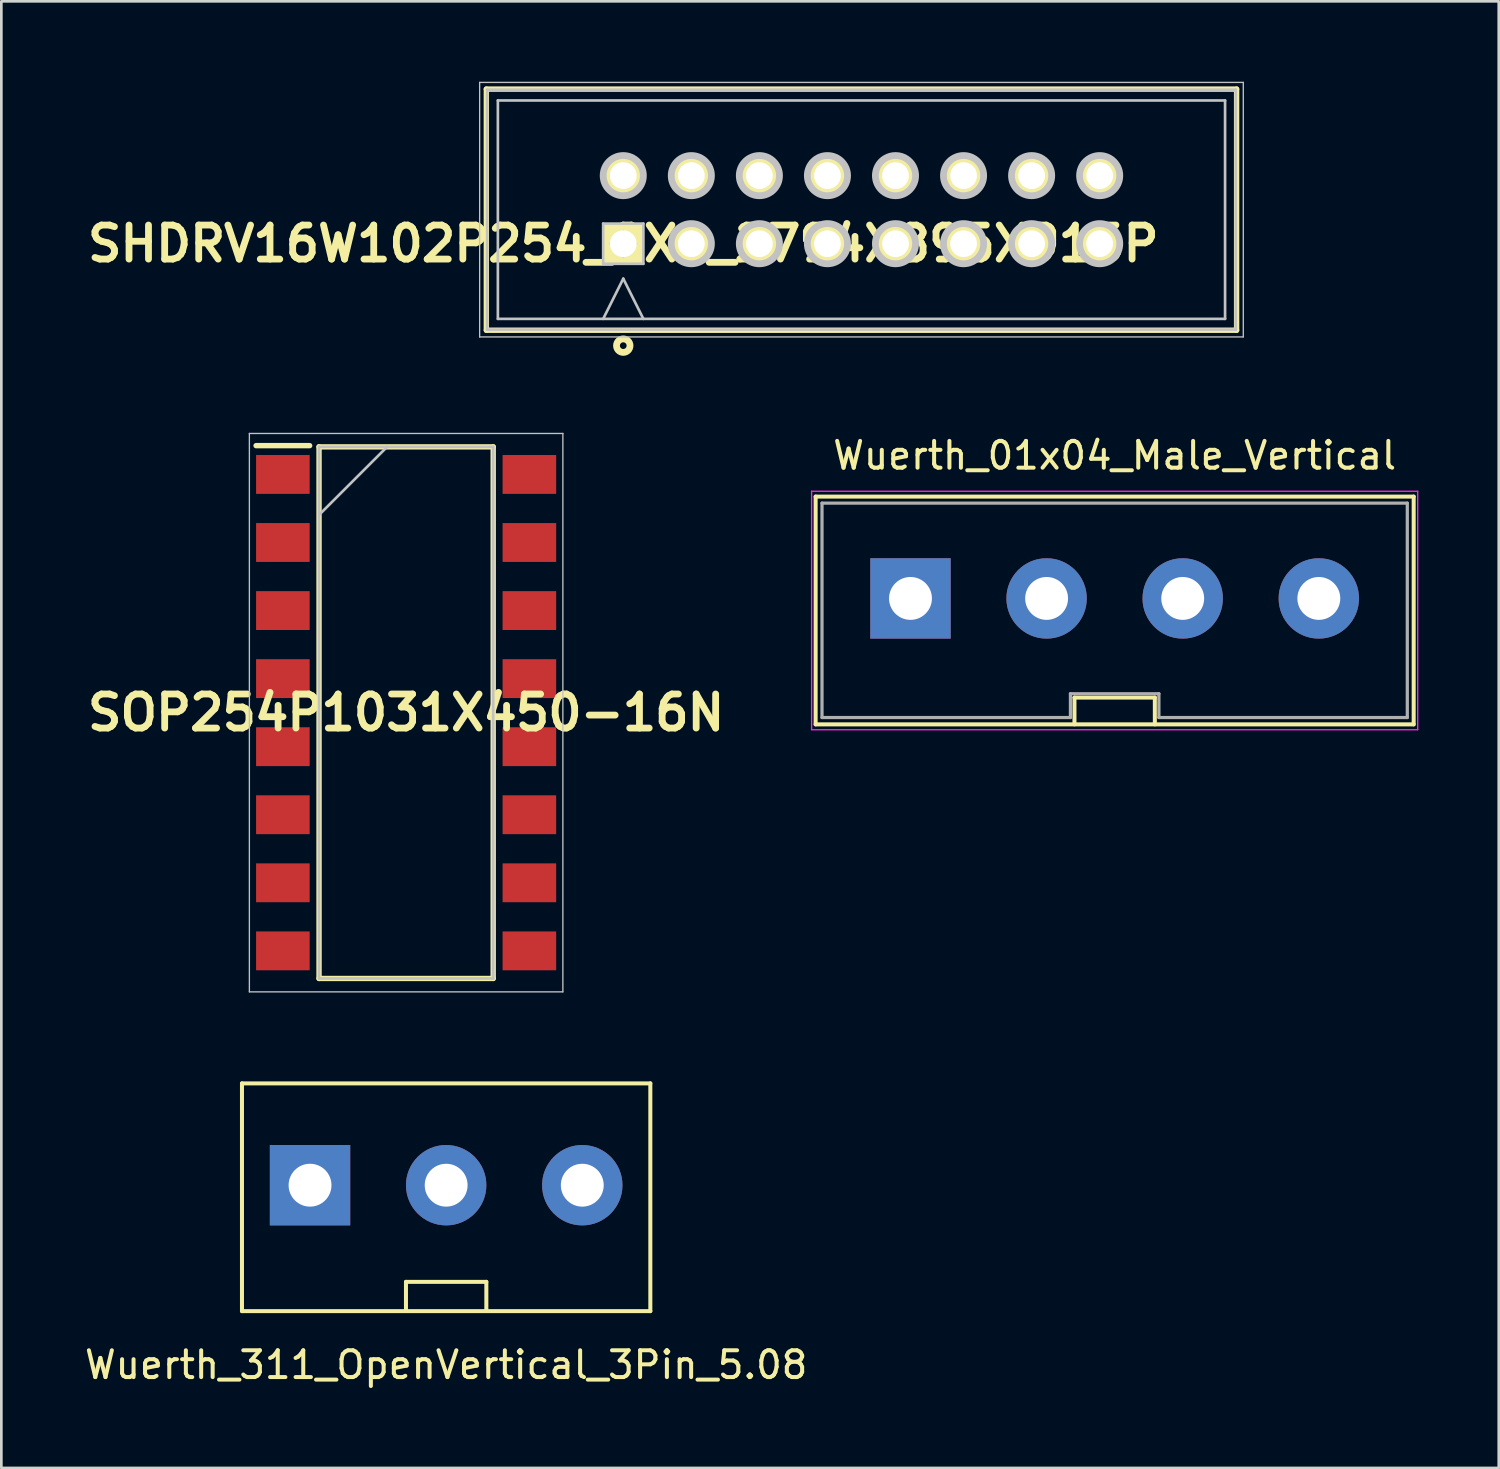
<source format=kicad_pcb>
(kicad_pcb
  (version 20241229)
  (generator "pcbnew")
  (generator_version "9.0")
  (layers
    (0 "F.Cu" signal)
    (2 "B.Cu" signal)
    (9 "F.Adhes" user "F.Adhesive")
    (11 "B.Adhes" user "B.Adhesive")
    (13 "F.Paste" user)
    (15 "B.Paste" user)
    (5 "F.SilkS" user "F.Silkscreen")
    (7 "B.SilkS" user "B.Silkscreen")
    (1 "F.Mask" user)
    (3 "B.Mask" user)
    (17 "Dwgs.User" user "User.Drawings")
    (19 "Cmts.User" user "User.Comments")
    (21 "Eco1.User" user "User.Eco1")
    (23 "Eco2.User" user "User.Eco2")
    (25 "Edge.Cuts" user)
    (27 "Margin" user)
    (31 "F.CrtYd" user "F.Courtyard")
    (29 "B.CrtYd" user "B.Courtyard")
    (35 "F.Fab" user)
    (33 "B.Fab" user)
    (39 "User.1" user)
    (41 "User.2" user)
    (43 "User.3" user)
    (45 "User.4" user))
  (footprint "SHDRV16W102P254_2X8_2794X895X915P"
    (layer "F.Cu")
    (at 20.211 6.045)
    (property "Reference" "SHDRV16W102P254_2X8_2794X895X915P" (at 0 0 0) (layer "F.SilkS") (effects (font (size 1.27 1.27) (thickness 0.254))))
    (attr through_hole)
    (fp_line (start -5.11 -5.77) (end 22.89 -5.77) (stroke (width 0.2) (type solid)) (layer "F.SilkS"))
    (fp_line (start -5.11 3.23) (end -5.11 -5.77) (stroke (width 0.2) (type solid)) (layer "F.SilkS"))
    (fp_line (start -5.11 3.23) (end 22.89 3.23) (stroke (width 0.2) (type solid)) (layer "F.SilkS"))
    (fp_line (start 22.89 3.23) (end 22.89 -5.77) (stroke (width 0.2) (type solid)) (layer "F.SilkS"))
    (fp_circle (center 0 3.805) (end -0.125 3.805) (stroke (width 0.254) (type solid)) (fill no) (layer "F.SilkS"))
    (fp_line (start -5.36 -6.02) (end -5.36 3.48) (stroke (width 0.05) (type solid)) (layer "Dwgs.User"))
    (fp_line (start -5.36 3.48) (end 23.14 3.48) (stroke (width 0.05) (type solid)) (layer "Dwgs.User"))
    (fp_line (start -5.08 -5.745) (end -5.08 3.205) (stroke (width 0.001) (type solid)) (layer "Dwgs.User"))
    (fp_line (start -5.08 -5.745) (end -5.08 3.205) (stroke (width 0.1) (type solid)) (layer "Dwgs.User"))
    (fp_line (start -5.08 3.205) (end 22.86 3.205) (stroke (width 0.001) (type solid)) (layer "Dwgs.User"))
    (fp_line (start -5.08 3.205) (end 22.86 3.205) (stroke (width 0.1) (type solid)) (layer "Dwgs.User"))
    (fp_line (start -4.68 -5.345) (end -4.68 2.805) (stroke (width 0.1) (type solid)) (layer "Dwgs.User"))
    (fp_line (start -4.68 2.805) (end 22.46 2.805) (stroke (width 0.1) (type solid)) (layer "Dwgs.User"))
    (fp_line (start -0.75 -0.75) (end 0.75 -0.75) (stroke (width 0.1) (type solid)) (layer "Dwgs.User"))
    (fp_line (start -0.75 0.75) (end -0.75 -0.75) (stroke (width 0.1) (type solid)) (layer "Dwgs.User"))
    (fp_line (start -0.75 2.805) (end 0 1.305) (stroke (width 0.1) (type solid)) (layer "Dwgs.User"))
    (fp_line (start -0.5 0) (end 0.5 0) (stroke (width 0.05) (type solid)) (layer "Dwgs.User"))
    (fp_line (start 0 0.5) (end 0 -0.5) (stroke (width 0.05) (type solid)) (layer "Dwgs.User"))
    (fp_line (start 0.75 -0.75) (end 0.75 0.75) (stroke (width 0.1) (type solid)) (layer "Dwgs.User"))
    (fp_line (start 0.75 0.75) (end -0.75 0.75) (stroke (width 0.1) (type solid)) (layer "Dwgs.User"))
    (fp_line (start 0.75 2.805) (end 0 1.305) (stroke (width 0.1) (type solid)) (layer "Dwgs.User"))
    (fp_line (start 22.46 -5.345) (end -4.68 -5.345) (stroke (width 0.1) (type solid)) (layer "Dwgs.User"))
    (fp_line (start 22.46 2.805) (end 22.46 -5.345) (stroke (width 0.1) (type solid)) (layer "Dwgs.User"))
    (fp_line (start 22.86 -5.745) (end -5.08 -5.745) (stroke (width 0.001) (type solid)) (layer "Dwgs.User"))
    (fp_line (start 22.86 -5.745) (end -5.08 -5.745) (stroke (width 0.1) (type solid)) (layer "Dwgs.User"))
    (fp_line (start 22.86 3.205) (end 22.86 -5.745) (stroke (width 0.001) (type solid)) (layer "Dwgs.User"))
    (fp_line (start 22.86 3.205) (end 22.86 -5.745) (stroke (width 0.1) (type solid)) (layer "Dwgs.User"))
    (fp_line (start 23.14 -6.02) (end -5.36 -6.02) (stroke (width 0.05) (type solid)) (layer "Dwgs.User"))
    (fp_line (start 23.14 3.48) (end 23.14 -6.02) (stroke (width 0.05) (type solid)) (layer "Dwgs.User"))
    (fp_circle (center 0 -2.54) (end -0.75 -2.54) (stroke (width 0.254) (type solid)) (fill no) (layer "Dwgs.User"))
    (fp_circle (center 2.54 -2.54) (end 1.79 -2.54) (stroke (width 0.254) (type solid)) (fill no) (layer "Dwgs.User"))
    (fp_circle (center 2.54 0) (end 1.79 0) (stroke (width 0.254) (type solid)) (fill no) (layer "Dwgs.User"))
    (fp_circle (center 5.08 -2.54) (end 4.33 -2.54) (stroke (width 0.254) (type solid)) (fill no) (layer "Dwgs.User"))
    (fp_circle (center 5.08 0) (end 4.33 0) (stroke (width 0.254) (type solid)) (fill no) (layer "Dwgs.User"))
    (fp_circle (center 7.62 -2.54) (end 6.87 -2.54) (stroke (width 0.254) (type solid)) (fill no) (layer "Dwgs.User"))
    (fp_circle (center 7.62 0) (end 6.87 0) (stroke (width 0.254) (type solid)) (fill no) (layer "Dwgs.User"))
    (fp_circle (center 10.16 -2.54) (end 9.41 -2.54) (stroke (width 0.254) (type solid)) (fill no) (layer "Dwgs.User"))
    (fp_circle (center 10.16 0) (end 9.41 0) (stroke (width 0.254) (type solid)) (fill no) (layer "Dwgs.User"))
    (fp_circle (center 12.7 -2.54) (end 11.95 -2.54) (stroke (width 0.254) (type solid)) (fill no) (layer "Dwgs.User"))
    (fp_circle (center 12.7 0) (end 11.95 0) (stroke (width 0.254) (type solid)) (fill no) (layer "Dwgs.User"))
    (fp_circle (center 15.24 -2.54) (end 14.49 -2.54) (stroke (width 0.254) (type solid)) (fill no) (layer "Dwgs.User"))
    (fp_circle (center 15.24 0) (end 14.49 0) (stroke (width 0.254) (type solid)) (fill no) (layer "Dwgs.User"))
    (fp_circle (center 17.78 -2.54) (end 17.03 -2.54) (stroke (width 0.254) (type solid)) (fill no) (layer "Dwgs.User"))
    (fp_circle (center 17.78 0) (end 17.03 0) (stroke (width 0.254) (type solid)) (fill no) (layer "Dwgs.User"))
    (pad "1" thru_hole rect (at 0 0 90) (size 1.5 1.5) (drill 1) (layers "*.Cu" "*.Mask" "F.SilkS"))
    (pad "2" thru_hole circle (at 0 -2.54 90) (size 1.5 1.5) (drill 1) (layers "*.Cu" "*.Mask" "F.SilkS"))
    (pad "3" thru_hole circle (at 2.54 0 90) (size 1.5 1.5) (drill 1) (layers "*.Cu" "*.Mask" "F.SilkS"))
    (pad "4" thru_hole circle (at 2.54 -2.54 90) (size 1.5 1.5) (drill 1) (layers "*.Cu" "*.Mask" "F.SilkS"))
    (pad "5" thru_hole circle (at 5.08 0 90) (size 1.5 1.5) (drill 1) (layers "*.Cu" "*.Mask" "F.SilkS"))
    (pad "6" thru_hole circle (at 5.08 -2.54 90) (size 1.5 1.5) (drill 1) (layers "*.Cu" "*.Mask" "F.SilkS"))
    (pad "7" thru_hole circle (at 7.62 0 90) (size 1.5 1.5) (drill 1) (layers "*.Cu" "*.Mask" "F.SilkS"))
    (pad "8" thru_hole circle (at 7.62 -2.54 90) (size 1.5 1.5) (drill 1) (layers "*.Cu" "*.Mask" "F.SilkS"))
    (pad "9" thru_hole circle (at 10.16 0 90) (size 1.5 1.5) (drill 1) (layers "*.Cu" "*.Mask" "F.SilkS"))
    (pad "10" thru_hole circle (at 10.16 -2.54 90) (size 1.5 1.5) (drill 1) (layers "*.Cu" "*.Mask" "F.SilkS"))
    (pad "11" thru_hole circle (at 12.7 0 90) (size 1.5 1.5) (drill 1) (layers "*.Cu" "*.Mask" "F.SilkS"))
    (pad "12" thru_hole circle (at 12.7 -2.54 90) (size 1.5 1.5) (drill 1) (layers "*.Cu" "*.Mask" "F.SilkS"))
    (pad "13" thru_hole circle (at 15.24 0 90) (size 1.5 1.5) (drill 1) (layers "*.Cu" "*.Mask" "F.SilkS"))
    (pad "14" thru_hole circle (at 15.24 -2.54 90) (size 1.5 1.5) (drill 1) (layers "*.Cu" "*.Mask" "F.SilkS"))
    (pad "15" thru_hole circle (at 17.78 0 90) (size 1.5 1.5) (drill 1) (layers "*.Cu" "*.Mask" "F.SilkS"))
    (pad "16" thru_hole circle (at 17.78 -2.54 90) (size 1.5 1.5) (drill 1) (layers "*.Cu" "*.Mask" "F.SilkS")))
  (footprint "Wuerth_311_OpenVertical_3Pin_5.08"
    (layer "F.Cu")
    (at 13.601 41.183)
    (property "Reference" "Wuerth_311_OpenVertical_3Pin_5.08" (at 0 6.706 180) (layer "F.SilkS") (effects (font (size 1 1) (thickness 0.15))))
    (attr through_hole)
    (fp_line (start -7.62 -3.8) (end -7.62 4.7) (stroke (width 0.15) (type solid)) (layer "F.SilkS"))
    (fp_line (start -7.62 4.7) (end 7.62 4.7) (stroke (width 0.15) (type solid)) (layer "F.SilkS"))
    (fp_line (start -1.5 3.607) (end 1.5 3.607) (stroke (width 0.15) (type solid)) (layer "F.SilkS"))
    (fp_line (start -1.5 4.674) (end -1.5 3.607) (stroke (width 0.15) (type solid)) (layer "F.SilkS"))
    (fp_line (start 1.5 3.607) (end 1.5 4.674) (stroke (width 0.15) (type solid)) (layer "F.SilkS"))
    (fp_line (start 7.62 -3.8) (end -7.62 -3.8) (stroke (width 0.15) (type solid)) (layer "F.SilkS"))
    (fp_line (start 7.62 4.7) (end 7.62 -3.8) (stroke (width 0.15) (type solid)) (layer "F.SilkS"))
    (fp_line (start -7.976 -4.166) (end -7.976 5.029) (stroke (width 0.05) (type solid)) (layer "Eco1.User"))
    (fp_line (start -7.976 5.029) (end 7.976 5.029) (stroke (width 0.05) (type solid)) (layer "Eco1.User"))
    (fp_line (start 7.976 -4.166) (end -7.976 -4.166) (stroke (width 0.05) (type solid)) (layer "Eco1.User"))
    (fp_line (start 7.976 5.029) (end 7.976 -4.166) (stroke (width 0.05) (type solid)) (layer "Eco1.User"))
    (pad "1" thru_hole rect (at -5.08 0 180) (size 3 3) (drill 1.6) (layers "*.Cu" "*.Mask"))
    (pad "2" thru_hole circle (at 0 0 180) (size 3 3) (drill 1.6) (layers "*.Cu" "*.Mask"))
    (pad "3" thru_hole circle (at 5.08 0 180) (size 3 3) (drill 1.6) (layers "*.Cu" "*.Mask")))
  (footprint "SOP254P1031X450-16N"
    (layer "F.Cu")
    (at 12.107 23.547)
    (property "Reference" "SOP254P1031X450-16N" (at 0 0 0) (layer "F.SilkS") (effects (font (size 1.27 1.27) (thickness 0.254))))
    (attr smd)
    (fp_line (start -5.6 -9.965) (end -3.6 -9.965) (stroke (width 0.2) (type solid)) (layer "F.SilkS"))
    (fp_line (start -3.25 -9.92) (end 3.25 -9.92) (stroke (width 0.2) (type solid)) (layer "F.SilkS"))
    (fp_line (start -3.25 9.92) (end -3.25 -9.92) (stroke (width 0.2) (type solid)) (layer "F.SilkS"))
    (fp_line (start 3.25 -9.92) (end 3.25 9.92) (stroke (width 0.2) (type solid)) (layer "F.SilkS"))
    (fp_line (start 3.25 9.92) (end -3.25 9.92) (stroke (width 0.2) (type solid)) (layer "F.SilkS"))
    (fp_line (start -5.85 -10.42) (end 5.85 -10.42) (stroke (width 0.05) (type solid)) (layer "Dwgs.User"))
    (fp_line (start -5.85 10.42) (end -5.85 -10.42) (stroke (width 0.05) (type solid)) (layer "Dwgs.User"))
    (fp_line (start -3.25 -9.92) (end 3.25 -9.92) (stroke (width 0.1) (type solid)) (layer "Dwgs.User"))
    (fp_line (start -3.25 -7.38) (end -0.71 -9.92) (stroke (width 0.1) (type solid)) (layer "Dwgs.User"))
    (fp_line (start -3.25 9.92) (end -3.25 -9.92) (stroke (width 0.1) (type solid)) (layer "Dwgs.User"))
    (fp_line (start 3.25 -9.92) (end 3.25 9.92) (stroke (width 0.1) (type solid)) (layer "Dwgs.User"))
    (fp_line (start 3.25 9.92) (end -3.25 9.92) (stroke (width 0.1) (type solid)) (layer "Dwgs.User"))
    (fp_line (start 5.85 -10.42) (end 5.85 10.42) (stroke (width 0.05) (type solid)) (layer "Dwgs.User"))
    (fp_line (start 5.85 10.42) (end -5.85 10.42) (stroke (width 0.05) (type solid)) (layer "Dwgs.User"))
    (pad "1" smd rect (at -4.6 -8.89 90) (size 1.45 2) (layers "F.Cu" "F.Mask" "F.Paste"))
    (pad "2" smd rect (at -4.6 -6.35 90) (size 1.45 2) (layers "F.Cu" "F.Mask" "F.Paste"))
    (pad "3" smd rect (at -4.6 -3.81 90) (size 1.45 2) (layers "F.Cu" "F.Mask" "F.Paste"))
    (pad "4" smd rect (at -4.6 -1.27 90) (size 1.45 2) (layers "F.Cu" "F.Mask" "F.Paste"))
    (pad "5" smd rect (at -4.6 1.27 90) (size 1.45 2) (layers "F.Cu" "F.Mask" "F.Paste"))
    (pad "6" smd rect (at -4.6 3.81 90) (size 1.45 2) (layers "F.Cu" "F.Mask" "F.Paste"))
    (pad "7" smd rect (at -4.6 6.35 90) (size 1.45 2) (layers "F.Cu" "F.Mask" "F.Paste"))
    (pad "8" smd rect (at -4.6 8.89 90) (size 1.45 2) (layers "F.Cu" "F.Mask" "F.Paste"))
    (pad "9" smd rect (at 4.6 8.89 90) (size 1.45 2) (layers "F.Cu" "F.Mask" "F.Paste"))
    (pad "10" smd rect (at 4.6 6.35 90) (size 1.45 2) (layers "F.Cu" "F.Mask" "F.Paste"))
    (pad "11" smd rect (at 4.6 3.81 90) (size 1.45 2) (layers "F.Cu" "F.Mask" "F.Paste"))
    (pad "12" smd rect (at 4.6 1.27 90) (size 1.45 2) (layers "F.Cu" "F.Mask" "F.Paste"))
    (pad "13" smd rect (at 4.6 -1.27 90) (size 1.45 2) (layers "F.Cu" "F.Mask" "F.Paste"))
    (pad "14" smd rect (at 4.6 -3.81 90) (size 1.45 2) (layers "F.Cu" "F.Mask" "F.Paste"))
    (pad "15" smd rect (at 4.6 -6.35 90) (size 1.45 2) (layers "F.Cu" "F.Mask" "F.Paste"))
    (pad "16" smd rect (at 4.6 -8.89 90) (size 1.45 2) (layers "F.Cu" "F.Mask" "F.Paste")))
  (footprint "Wuerth_01x04_Male_Vertical"
    (layer "F.Cu")
    (at 38.55 19.284)
    (property "Reference" "Wuerth_01x04_Male_Vertical" (at 0 -5.334 0) (layer "F.SilkS") (effects (font (size 1 1) (thickness 0.15))))
    (attr through_hole)
    (fp_line (start -11.16 -3.8) (end -11.16 4.7) (stroke (width 0.15) (type solid)) (layer "F.SilkS"))
    (fp_line (start -11.16 -3.8) (end 11.16 -3.8) (stroke (width 0.15) (type solid)) (layer "F.SilkS"))
    (fp_line (start -1.5 3.7) (end 1.5 3.7) (stroke (width 0.15) (type solid)) (layer "F.SilkS"))
    (fp_line (start -1.5 4.7) (end -1.5 3.7) (stroke (width 0.15) (type solid)) (layer "F.SilkS"))
    (fp_line (start 1.5 3.7) (end 1.5 4.7) (stroke (width 0.15) (type solid)) (layer "F.SilkS"))
    (fp_line (start 11.16 -3.8) (end 11.16 4.7) (stroke (width 0.15) (type solid)) (layer "F.SilkS"))
    (fp_line (start 11.16 4.7) (end -11.16 4.7) (stroke (width 0.15) (type solid)) (layer "F.SilkS"))
    (fp_line (start -11.31 -4) (end -11.31 4.9) (stroke (width 0.05) (type solid)) (layer "F.CrtYd"))
    (fp_line (start -11.31 4.9) (end 11.31 4.9) (stroke (width 0.05) (type solid)) (layer "F.CrtYd"))
    (fp_line (start 11.31 -4) (end -11.31 -4) (stroke (width 0.05) (type solid)) (layer "F.CrtYd"))
    (fp_line (start 11.31 4.9) (end 11.31 -4) (stroke (width 0.05) (type solid)) (layer "F.CrtYd"))
    (fp_line (start -10.922 -3.556) (end -10.922 4.445) (stroke (width 0.12) (type solid)) (layer "F.Fab"))
    (fp_line (start -10.922 4.445) (end -1.651 4.445) (stroke (width 0.12) (type solid)) (layer "F.Fab"))
    (fp_line (start -1.651 3.556) (end 1.651 3.556) (stroke (width 0.12) (type solid)) (layer "F.Fab"))
    (fp_line (start -1.651 4.445) (end -1.651 3.556) (stroke (width 0.12) (type solid)) (layer "F.Fab"))
    (fp_line (start 1.651 3.556) (end 1.651 4.445) (stroke (width 0.12) (type solid)) (layer "F.Fab"))
    (fp_line (start 1.651 4.445) (end 10.922 4.445) (stroke (width 0.12) (type solid)) (layer "F.Fab"))
    (fp_line (start 10.922 -3.556) (end -10.922 -3.556) (stroke (width 0.12) (type solid)) (layer "F.Fab"))
    (fp_line (start 10.922 4.445) (end 10.922 -3.556) (stroke (width 0.12) (type solid)) (layer "F.Fab"))
    (pad "1" thru_hole rect (at -7.62 0) (size 3 3) (drill 1.6) (layers "*.Cu" "*.Mask"))
    (pad "2" thru_hole circle (at -2.54 0) (size 3 3) (drill 1.6) (layers "*.Cu" "*.Mask"))
    (pad "3" thru_hole circle (at 2.54 0) (size 3 3) (drill 1.6) (layers "*.Cu" "*.Mask"))
    (pad "4" thru_hole circle (at 7.62 0) (size 3 3) (drill 1.6) (layers "*.Cu" "*.Mask")))
  (gr_rect
    (start -3 -3)
    (end 52.885 51.736)
    (stroke (width 0.1) (type default))
    (fill no)
    (layer "Edge.Cuts")))
</source>
